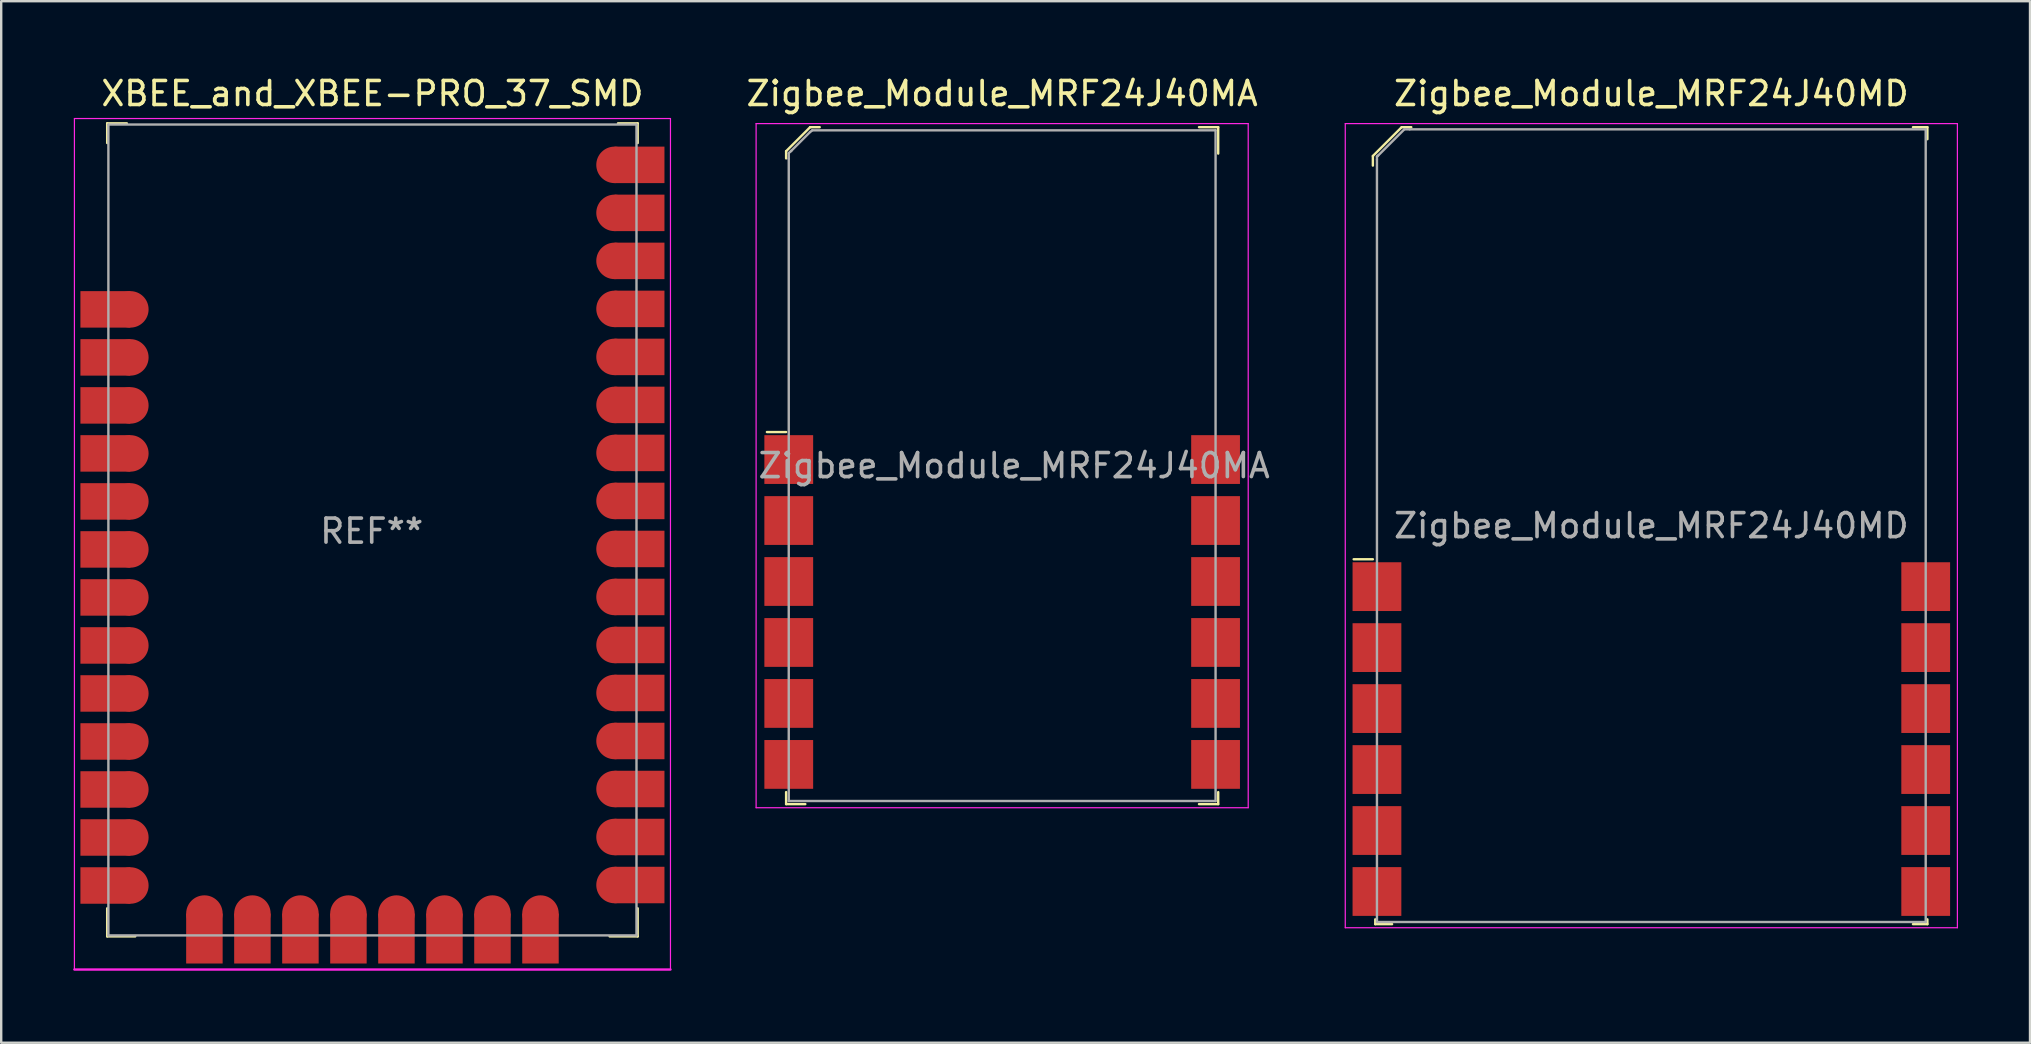
<source format=kicad_pcb>
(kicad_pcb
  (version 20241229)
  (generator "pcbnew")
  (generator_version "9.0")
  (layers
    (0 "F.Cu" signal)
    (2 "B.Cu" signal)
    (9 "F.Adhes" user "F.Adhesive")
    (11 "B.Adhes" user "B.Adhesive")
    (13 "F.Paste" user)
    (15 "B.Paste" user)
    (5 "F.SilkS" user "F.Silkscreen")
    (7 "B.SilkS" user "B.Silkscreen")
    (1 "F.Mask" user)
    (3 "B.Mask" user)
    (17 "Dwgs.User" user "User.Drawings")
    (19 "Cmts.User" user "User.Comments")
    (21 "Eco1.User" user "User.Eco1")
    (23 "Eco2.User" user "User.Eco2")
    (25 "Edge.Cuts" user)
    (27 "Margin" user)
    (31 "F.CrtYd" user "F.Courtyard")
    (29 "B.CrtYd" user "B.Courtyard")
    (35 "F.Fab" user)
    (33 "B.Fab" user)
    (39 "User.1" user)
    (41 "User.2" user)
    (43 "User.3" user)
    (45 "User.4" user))
  (footprint "Zigbee_Module_MRF24J40MA"
    (layer "F.Cu")
    (at 38.698 16.348)
    (property "Reference" "Zigbee_Module_MRF24J40MA" (at 0 -15.5 0) (layer "F.SilkS") (effects (font (size 1 1) (thickness 0.15))))
    (attr smd)
    (fp_line (start -9 -13.1) (end -9 -12.8) (stroke (width 0.1) (type solid)) (layer "F.SilkS"))
    (fp_line (start -9 -1.4) (end -9.8 -1.4) (stroke (width 0.1) (type solid)) (layer "F.SilkS"))
    (fp_line (start -9 13.6) (end -9 14.1) (stroke (width 0.1) (type solid)) (layer "F.SilkS"))
    (fp_line (start -9 14.1) (end -8.2 14.1) (stroke (width 0.1) (type solid)) (layer "F.SilkS"))
    (fp_line (start -8 -14.1) (end -9 -13.1) (stroke (width 0.1) (type solid)) (layer "F.SilkS"))
    (fp_line (start -7.6 -14.1) (end -8 -14.1) (stroke (width 0.1) (type solid)) (layer "F.SilkS"))
    (fp_line (start 8.2 -14.1) (end 9 -14.1) (stroke (width 0.1) (type solid)) (layer "F.SilkS"))
    (fp_line (start 9 -14.1) (end 9 -13) (stroke (width 0.1) (type solid)) (layer "F.SilkS"))
    (fp_line (start 9 13.6) (end 9 14.1) (stroke (width 0.1) (type solid)) (layer "F.SilkS"))
    (fp_line (start 9 14.1) (end 8.2 14.1) (stroke (width 0.1) (type solid)) (layer "F.SilkS"))
    (fp_line (start -10.25 -14.25) (end 10.25 -14.25) (stroke (width 0.05) (type solid)) (layer "F.CrtYd"))
    (fp_line (start -10.25 14.25) (end -10.25 -14.25) (stroke (width 0.05) (type solid)) (layer "F.CrtYd"))
    (fp_line (start -10.25 14.25) (end 10.25 14.25) (stroke (width 0.05) (type solid)) (layer "F.CrtYd"))
    (fp_line (start 10.25 14.25) (end 10.25 -14.25) (stroke (width 0.05) (type solid)) (layer "F.CrtYd"))
    (fp_line (start -8.89 -13.02) (end -8.78 -13.12) (stroke (width 0.1) (type solid)) (layer "F.Fab"))
    (fp_line (start -8.89 -12.78) (end -8.89 -13.02) (stroke (width 0.1) (type solid)) (layer "F.Fab"))
    (fp_line (start -8.89 13.97) (end -8.89 -12.78) (stroke (width 0.1) (type solid)) (layer "F.Fab"))
    (fp_line (start -8.89 13.97) (end 8.89 13.97) (stroke (width 0.1) (type solid)) (layer "F.Fab"))
    (fp_line (start -8.8 -13.1) (end -8 -13.9) (stroke (width 0.1) (type solid)) (layer "F.Fab"))
    (fp_line (start -7.91 -13.97) (end -8 -13.9) (stroke (width 0.1) (type solid)) (layer "F.Fab"))
    (fp_line (start 8.89 -13.97) (end -7.91 -13.97) (stroke (width 0.1) (type solid)) (layer "F.Fab"))
    (fp_line (start 8.89 -13.97) (end 8.89 13.97) (stroke (width 0.1) (type solid)) (layer "F.Fab"))
    (fp_text user "${REFERENCE}" (at 0.5 0 0) (layer "F.Fab") (effects (font (size 1 1) (thickness 0.15))))
    (pad "1" smd rect (at -8.89 -0.254) (size 2.032 2.032) (layers "F.Cu" "F.Mask" "F.Paste"))
    (pad "2" smd rect (at -8.89 2.286) (size 2.032 2.032) (layers "F.Cu" "F.Mask" "F.Paste"))
    (pad "3" smd rect (at -8.89 4.826) (size 2.032 2.032) (layers "F.Cu" "F.Mask" "F.Paste"))
    (pad "4" smd rect (at -8.89 7.366) (size 2.032 2.032) (layers "F.Cu" "F.Mask" "F.Paste"))
    (pad "5" smd rect (at -8.89 9.906) (size 2.032 2.032) (layers "F.Cu" "F.Mask" "F.Paste"))
    (pad "6" smd rect (at -8.89 12.446) (size 2.032 2.032) (layers "F.Cu" "F.Mask" "F.Paste"))
    (pad "7" smd rect (at 8.89 12.446) (size 2.032 2.032) (layers "F.Cu" "F.Mask" "F.Paste"))
    (pad "8" smd rect (at 8.89 9.906) (size 2.032 2.032) (layers "F.Cu" "F.Mask" "F.Paste"))
    (pad "9" smd rect (at 8.89 7.366) (size 2.032 2.032) (layers "F.Cu" "F.Mask" "F.Paste"))
    (pad "10" smd rect (at 8.89 4.826) (size 2.032 2.032) (layers "F.Cu" "F.Mask" "F.Paste"))
    (pad "11" smd rect (at 8.89 2.286) (size 2.032 2.032) (layers "F.Cu" "F.Mask" "F.Paste"))
    (pad "12" smd rect (at 8.89 -0.254) (size 2.032 2.032) (layers "F.Cu" "F.Mask" "F.Paste")))
  (footprint "Zigbee_Module_MRF24J40MD"
    (layer "F.Cu")
    (at 65.741 18.848)
    (property "Reference" "Zigbee_Module_MRF24J40MD" (at 0 -18 0) (layer "F.SilkS") (effects (font (size 1 1) (thickness 0.15))))
    (attr through_hole)
    (fp_line (start -11.6 -15.4) (end -11.6 -15) (stroke (width 0.1) (type solid)) (layer "F.SilkS"))
    (fp_line (start -11.6 1.4) (end -12.4 1.4) (stroke (width 0.1) (type solid)) (layer "F.SilkS"))
    (fp_line (start -11.5 16.4) (end -11.5 16.6) (stroke (width 0.1) (type solid)) (layer "F.SilkS"))
    (fp_line (start -11.5 16.6) (end -10.8 16.6) (stroke (width 0.1) (type solid)) (layer "F.SilkS"))
    (fp_line (start -10.4 -16.6) (end -11.6 -15.4) (stroke (width 0.1) (type solid)) (layer "F.SilkS"))
    (fp_line (start -10 -16.6) (end -10.4 -16.6) (stroke (width 0.1) (type solid)) (layer "F.SilkS"))
    (fp_line (start 10.9 -16.6) (end 11.5 -16.6) (stroke (width 0.1) (type solid)) (layer "F.SilkS"))
    (fp_line (start 11.5 -16.6) (end 11.5 -16.1) (stroke (width 0.1) (type solid)) (layer "F.SilkS"))
    (fp_line (start 11.5 16.4) (end 11.5 16.6) (stroke (width 0.1) (type solid)) (layer "F.SilkS"))
    (fp_line (start 11.5 16.6) (end 10.9 16.6) (stroke (width 0.1) (type solid)) (layer "F.SilkS"))
    (fp_line (start -12.75 -16.75) (end 12.75 -16.75) (stroke (width 0.05) (type solid)) (layer "F.CrtYd"))
    (fp_line (start -12.75 16.75) (end -12.75 -16.75) (stroke (width 0.05) (type solid)) (layer "F.CrtYd"))
    (fp_line (start -12.75 16.75) (end 12.75 16.75) (stroke (width 0.05) (type solid)) (layer "F.CrtYd"))
    (fp_line (start 12.75 16.75) (end 12.75 -16.75) (stroke (width 0.05) (type solid)) (layer "F.CrtYd"))
    (fp_line (start -11.43 -15.37) (end -11.38 -15.42) (stroke (width 0.1) (type solid)) (layer "F.Fab"))
    (fp_line (start -11.43 -15.25) (end -11.43 -15.37) (stroke (width 0.1) (type solid)) (layer "F.Fab"))
    (fp_line (start -11.43 16.51) (end -11.43 -15.24) (stroke (width 0.1) (type solid)) (layer "F.Fab"))
    (fp_line (start -11.43 16.51) (end 11.43 16.51) (stroke (width 0.1) (type solid)) (layer "F.Fab"))
    (fp_line (start -11.4 -15.4) (end -10.3 -16.5) (stroke (width 0.1) (type solid)) (layer "F.Fab"))
    (fp_line (start -10.07 -16.51) (end -10.29 -16.51) (stroke (width 0.1) (type solid)) (layer "F.Fab"))
    (fp_line (start 11.43 -16.51) (end -10.07 -16.51) (stroke (width 0.1) (type solid)) (layer "F.Fab"))
    (fp_line (start 11.43 -16.51) (end 11.43 16.51) (stroke (width 0.1) (type solid)) (layer "F.Fab"))
    (fp_text user "${REFERENCE}" (at 0 0 0) (layer "F.Fab") (effects (font (size 1 1) (thickness 0.15))))
    (pad "1" smd rect (at -11.43 2.54) (size 2.032 2.032) (layers "F.Cu" "F.Mask" "F.Paste"))
    (pad "2" smd rect (at -11.43 5.08) (size 2.032 2.032) (layers "F.Cu" "F.Mask" "F.Paste"))
    (pad "3" smd rect (at -11.43 7.62) (size 2.032 2.032) (layers "F.Cu" "F.Mask" "F.Paste"))
    (pad "4" smd rect (at -11.43 10.16) (size 2.032 2.032) (layers "F.Cu" "F.Mask" "F.Paste"))
    (pad "5" smd rect (at -11.43 12.7) (size 2.032 2.032) (layers "F.Cu" "F.Mask" "F.Paste"))
    (pad "6" smd rect (at -11.43 15.24) (size 2.032 2.032) (layers "F.Cu" "F.Mask" "F.Paste"))
    (pad "7" smd rect (at 11.43 15.24) (size 2.032 2.032) (layers "F.Cu" "F.Mask" "F.Paste"))
    (pad "8" smd rect (at 11.43 12.7) (size 2.032 2.032) (layers "F.Cu" "F.Mask" "F.Paste"))
    (pad "9" smd rect (at 11.43 10.16) (size 2.032 2.032) (layers "F.Cu" "F.Mask" "F.Paste"))
    (pad "10" smd rect (at 11.43 7.62) (size 2.032 2.032) (layers "F.Cu" "F.Mask" "F.Paste"))
    (pad "11" smd rect (at 11.43 5.08) (size 2.032 2.032) (layers "F.Cu" "F.Mask" "F.Paste"))
    (pad "12" smd rect (at 11.43 2.54) (size 2.032 2.032) (layers "F.Cu" "F.Mask" "F.Paste")))
  (footprint "XBEE_and_XBEE-PRO_37_SMD"
    (layer "F.Cu")
    (at 12.465 19.028)
    (property "Reference" "XBEE_and_XBEE-PRO_37_SMD" (at 0 -18.18 0) (layer "F.SilkS") (effects (font (size 1 1) (thickness 0.15))))
    (attr through_hole)
    (fp_line (start -11.05 -16.94) (end -10.23 -16.94) (stroke (width 0.1) (type solid)) (layer "F.SilkS"))
    (fp_line (start -11.05 -16.12) (end -11.05 -16.94) (stroke (width 0.1) (type solid)) (layer "F.SilkS"))
    (fp_line (start -11.05 15.76) (end -11.05 16.93) (stroke (width 0.1) (type solid)) (layer "F.SilkS"))
    (fp_line (start -11.05 16.93) (end -9.88 16.93) (stroke (width 0.1) (type solid)) (layer "F.SilkS"))
    (fp_line (start 11.05 -16.94) (end 10.23 -16.94) (stroke (width 0.1) (type solid)) (layer "F.SilkS"))
    (fp_line (start 11.05 -16.12) (end 11.05 -16.94) (stroke (width 0.1) (type solid)) (layer "F.SilkS"))
    (fp_line (start 11.05 15.76) (end 11.05 16.93) (stroke (width 0.1) (type solid)) (layer "F.SilkS"))
    (fp_line (start 11.05 16.93) (end 9.88 16.93) (stroke (width 0.1) (type solid)) (layer "F.SilkS"))
    (fp_line (start -12.415 18.31) (end -12.415 -17.14) (stroke (width 0.05) (type solid)) (layer "F.CrtYd"))
    (fp_line (start -12.415 18.31) (end 12.415 18.31) (stroke (width 0.1) (type solid)) (layer "F.CrtYd"))
    (fp_line (start 12.415 -17.14) (end -12.415 -17.14) (stroke (width 0.05) (type solid)) (layer "F.CrtYd"))
    (fp_line (start 12.415 18.31) (end 12.415 -17.14) (stroke (width 0.05) (type solid)) (layer "F.CrtYd"))
    (fp_line (start -11 -16.89) (end -11 16.89) (stroke (width 0.1) (type solid)) (layer "F.Fab"))
    (fp_line (start -11 -16.89) (end 11 -16.89) (stroke (width 0.1) (type solid)) (layer "F.Fab"))
    (fp_line (start -11 16.89) (end 11 16.89) (stroke (width 0.1) (type solid)) (layer "F.Fab"))
    (fp_line (start 11 -16.89) (end 11 16.89) (stroke (width 0.1) (type solid)) (layer "F.Fab"))
    (fp_text user "REF**" (at -0.03 0.05 0) (layer "F.Fab") (effects (font (size 1 1) (thickness 0.15))))
    (pad "1" smd rect (at -11.125 -9.19) (size 2.08 1.52) (layers "F.Cu" "F.Mask" "F.Paste"))
    (pad "1" smd circle (at -10.085 -9.19) (size 1.52 1.52) (layers "F.Cu" "F.Mask" "F.Paste"))
    (pad "2" smd rect (at -11.125 -7.19) (size 2.08 1.52) (layers "F.Cu" "F.Mask" "F.Paste"))
    (pad "2" smd circle (at -10.085 -7.19) (size 1.52 1.52) (layers "F.Cu" "F.Mask" "F.Paste"))
    (pad "3" smd rect (at -11.125 -5.19) (size 2.08 1.52) (layers "F.Cu" "F.Mask" "F.Paste"))
    (pad "3" smd circle (at -10.085 -5.19) (size 1.52 1.52) (layers "F.Cu" "F.Mask" "F.Paste"))
    (pad "4" smd rect (at -11.125 -3.19) (size 2.08 1.52) (layers "F.Cu" "F.Mask" "F.Paste"))
    (pad "4" smd circle (at -10.085 -3.19) (size 1.52 1.52) (layers "F.Cu" "F.Mask" "F.Paste"))
    (pad "5" smd rect (at -11.125 -1.19) (size 2.08 1.52) (layers "F.Cu" "F.Mask" "F.Paste"))
    (pad "5" smd circle (at -10.085 -1.19) (size 1.52 1.52) (layers "F.Cu" "F.Mask" "F.Paste"))
    (pad "6" smd rect (at -11.125 0.81) (size 2.08 1.52) (layers "F.Cu" "F.Mask" "F.Paste"))
    (pad "6" smd circle (at -10.085 0.81) (size 1.52 1.52) (layers "F.Cu" "F.Mask" "F.Paste"))
    (pad "7" smd rect (at -11.125 2.81) (size 2.08 1.52) (layers "F.Cu" "F.Mask" "F.Paste"))
    (pad "7" smd circle (at -10.085 2.81) (size 1.52 1.52) (layers "F.Cu" "F.Mask" "F.Paste"))
    (pad "8" smd rect (at -11.125 4.81) (size 2.08 1.52) (layers "F.Cu" "F.Mask" "F.Paste"))
    (pad "8" smd circle (at -10.085 4.81) (size 1.52 1.52) (layers "F.Cu" "F.Mask" "F.Paste"))
    (pad "9" smd rect (at -11.125 6.81) (size 2.08 1.52) (layers "F.Cu" "F.Mask" "F.Paste"))
    (pad "9" smd circle (at -10.085 6.81) (size 1.52 1.52) (layers "F.Cu" "F.Mask" "F.Paste"))
    (pad "10" smd rect (at -11.125 8.81) (size 2.08 1.52) (layers "F.Cu" "F.Mask" "F.Paste"))
    (pad "10" smd circle (at -10.085 8.81) (size 1.52 1.52) (layers "F.Cu" "F.Mask" "F.Paste"))
    (pad "11" smd rect (at -11.125 10.81) (size 2.08 1.52) (layers "F.Cu" "F.Mask" "F.Paste"))
    (pad "11" smd circle (at -10.085 10.81) (size 1.52 1.52) (layers "F.Cu" "F.Mask" "F.Paste"))
    (pad "12" smd rect (at -11.125 12.81) (size 2.08 1.52) (layers "F.Cu" "F.Mask" "F.Paste"))
    (pad "12" smd circle (at -10.085 12.81) (size 1.52 1.52) (layers "F.Cu" "F.Mask" "F.Paste"))
    (pad "13" smd rect (at -11.125 14.81) (size 2.08 1.52) (layers "F.Cu" "F.Mask" "F.Paste"))
    (pad "13" smd circle (at -10.085 14.81) (size 1.52 1.52) (layers "F.Cu" "F.Mask" "F.Paste"))
    (pad "14" smd circle (at -7 15.98) (size 1.52 1.52) (layers "F.Cu" "F.Mask" "F.Paste"))
    (pad "14" smd rect (at -7 17.02) (size 1.52 2.08) (layers "F.Cu" "F.Mask" "F.Paste"))
    (pad "15" smd circle (at -5 15.98) (size 1.52 1.52) (layers "F.Cu" "F.Mask" "F.Paste"))
    (pad "15" smd rect (at -5 17.02) (size 1.52 2.08) (layers "F.Cu" "F.Mask" "F.Paste"))
    (pad "16" smd circle (at -3 15.98) (size 1.52 1.52) (layers "F.Cu" "F.Mask" "F.Paste"))
    (pad "16" smd rect (at -3 17.02) (size 1.52 2.08) (layers "F.Cu" "F.Mask" "F.Paste"))
    (pad "17" smd circle (at -1 15.98) (size 1.52 1.52) (layers "F.Cu" "F.Mask" "F.Paste"))
    (pad "17" smd rect (at -1 17.02) (size 1.52 2.08) (layers "F.Cu" "F.Mask" "F.Paste"))
    (pad "18" smd circle (at 1 15.98) (size 1.52 1.52) (layers "F.Cu" "F.Mask" "F.Paste"))
    (pad "18" smd rect (at 1 17.02) (size 1.52 2.08) (layers "F.Cu" "F.Mask" "F.Paste"))
    (pad "19" smd circle (at 3 15.98) (size 1.52 1.52) (layers "F.Cu" "F.Mask" "F.Paste"))
    (pad "19" smd rect (at 3 17.02) (size 1.52 2.08) (layers "F.Cu" "F.Mask" "F.Paste"))
    (pad "20" smd circle (at 5 15.98) (size 1.52 1.52) (layers "F.Cu" "F.Mask" "F.Paste"))
    (pad "20" smd rect (at 5 17.02) (size 1.52 2.08) (layers "F.Cu" "F.Mask" "F.Paste"))
    (pad "21" smd circle (at 7 15.98) (size 1.52 1.52) (layers "F.Cu" "F.Mask" "F.Paste"))
    (pad "21" smd rect (at 7 17.02) (size 1.52 2.08) (layers "F.Cu" "F.Mask" "F.Paste"))
    (pad "22" smd circle (at 10.085 14.79) (size 1.52 1.52) (layers "F.Cu" "F.Mask" "F.Paste"))
    (pad "22" smd rect (at 11.125 14.79) (size 2.08 1.52) (layers "F.Cu" "F.Mask" "F.Paste"))
    (pad "23" smd circle (at 10.085 12.79) (size 1.52 1.52) (layers "F.Cu" "F.Mask" "F.Paste"))
    (pad "23" smd rect (at 11.125 12.79) (size 2.08 1.52) (layers "F.Cu" "F.Mask" "F.Paste"))
    (pad "24" smd circle (at 10.085 10.79) (size 1.52 1.52) (layers "F.Cu" "F.Mask" "F.Paste"))
    (pad "24" smd rect (at 11.125 10.79) (size 2.08 1.52) (layers "F.Cu" "F.Mask" "F.Paste"))
    (pad "25" smd circle (at 10.085 8.79) (size 1.52 1.52) (layers "F.Cu" "F.Mask" "F.Paste"))
    (pad "25" smd rect (at 11.125 8.79) (size 2.08 1.52) (layers "F.Cu" "F.Mask" "F.Paste"))
    (pad "26" smd circle (at 10.085 6.79) (size 1.52 1.52) (layers "F.Cu" "F.Mask" "F.Paste"))
    (pad "26" smd rect (at 11.125 6.79) (size 2.08 1.52) (layers "F.Cu" "F.Mask" "F.Paste"))
    (pad "27" smd circle (at 10.085 4.79) (size 1.52 1.52) (layers "F.Cu" "F.Mask" "F.Paste"))
    (pad "27" smd rect (at 11.125 4.79) (size 2.08 1.52) (layers "F.Cu" "F.Mask" "F.Paste"))
    (pad "28" smd circle (at 10.085 2.79) (size 1.52 1.52) (layers "F.Cu" "F.Mask" "F.Paste"))
    (pad "28" smd rect (at 11.125 2.79) (size 2.08 1.52) (layers "F.Cu" "F.Mask" "F.Paste"))
    (pad "29" smd circle (at 10.085 0.79) (size 1.52 1.52) (layers "F.Cu" "F.Mask" "F.Paste"))
    (pad "29" smd rect (at 11.125 0.79) (size 2.08 1.52) (layers "F.Cu" "F.Mask" "F.Paste"))
    (pad "30" smd circle (at 10.085 -1.21) (size 1.52 1.52) (layers "F.Cu" "F.Mask" "F.Paste"))
    (pad "30" smd rect (at 11.125 -1.21) (size 2.08 1.52) (layers "F.Cu" "F.Mask" "F.Paste"))
    (pad "31" smd circle (at 10.085 -3.21) (size 1.52 1.52) (layers "F.Cu" "F.Mask" "F.Paste"))
    (pad "31" smd rect (at 11.125 -3.21) (size 2.08 1.52) (layers "F.Cu" "F.Mask" "F.Paste"))
    (pad "32" smd circle (at 10.085 -5.21) (size 1.52 1.52) (layers "F.Cu" "F.Mask" "F.Paste"))
    (pad "32" smd rect (at 11.125 -5.21) (size 2.08 1.52) (layers "F.Cu" "F.Mask" "F.Paste"))
    (pad "33" smd circle (at 10.085 -7.21) (size 1.52 1.52) (layers "F.Cu" "F.Mask" "F.Paste"))
    (pad "33" smd rect (at 11.125 -7.21) (size 2.08 1.52) (layers "F.Cu" "F.Mask" "F.Paste"))
    (pad "34" smd circle (at 10.085 -9.21) (size 1.52 1.52) (layers "F.Cu" "F.Mask" "F.Paste"))
    (pad "34" smd rect (at 11.125 -9.21) (size 2.08 1.52) (layers "F.Cu" "F.Mask" "F.Paste"))
    (pad "35" smd circle (at 10.085 -11.21) (size 1.52 1.52) (layers "F.Cu" "F.Mask" "F.Paste"))
    (pad "35" smd rect (at 11.125 -11.21) (size 2.08 1.52) (layers "F.Cu" "F.Mask" "F.Paste"))
    (pad "36" smd circle (at 10.085 -13.21) (size 1.52 1.52) (layers "F.Cu" "F.Mask" "F.Paste"))
    (pad "36" smd rect (at 11.125 -13.21) (size 2.08 1.52) (layers "F.Cu" "F.Mask" "F.Paste"))
    (pad "37" smd circle (at 10.085 -15.21) (size 1.52 1.52) (layers "F.Cu" "F.Mask" "F.Paste"))
    (pad "37" smd rect (at 11.125 -15.21) (size 2.08 1.52) (layers "F.Cu" "F.Mask" "F.Paste")))
  (gr_rect
    (start -3 -3)
    (end 81.516 40.388)
    (stroke (width 0.1) (type default))
    (fill no)
    (layer "Edge.Cuts")))
</source>
